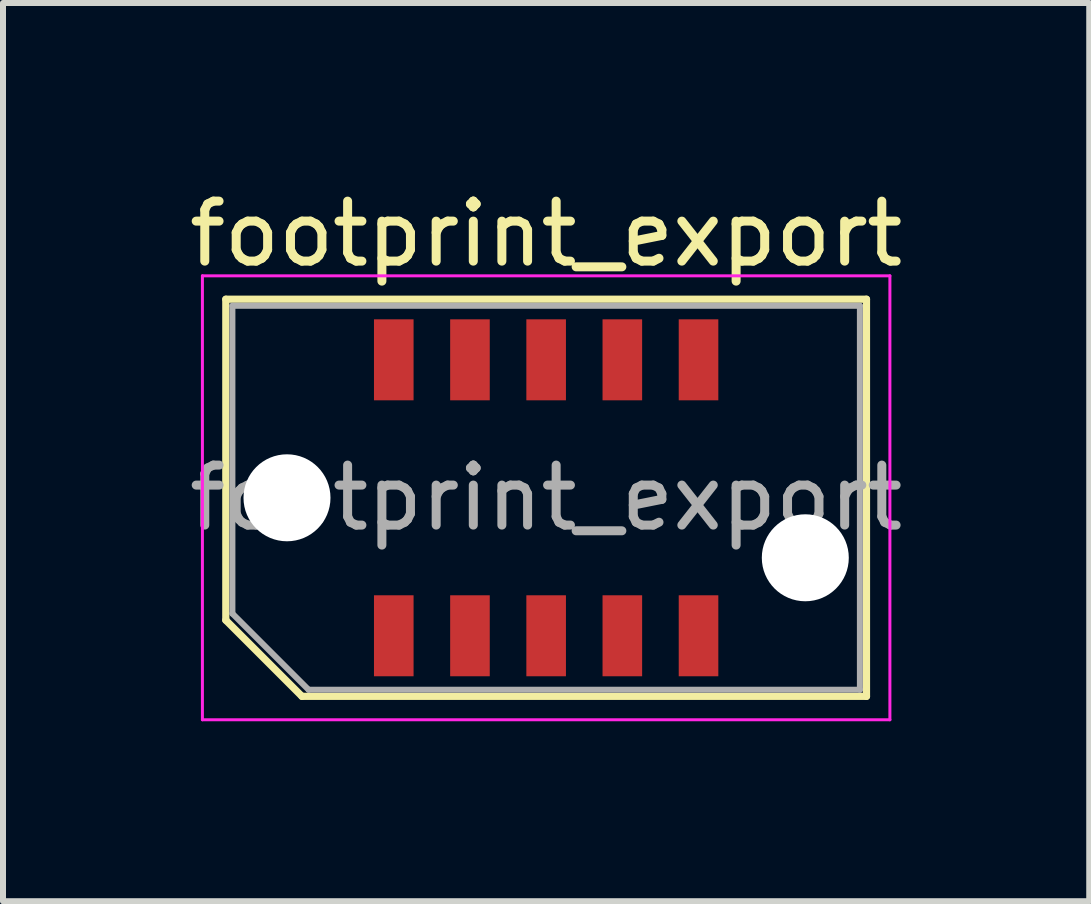
<source format=kicad_pcb>
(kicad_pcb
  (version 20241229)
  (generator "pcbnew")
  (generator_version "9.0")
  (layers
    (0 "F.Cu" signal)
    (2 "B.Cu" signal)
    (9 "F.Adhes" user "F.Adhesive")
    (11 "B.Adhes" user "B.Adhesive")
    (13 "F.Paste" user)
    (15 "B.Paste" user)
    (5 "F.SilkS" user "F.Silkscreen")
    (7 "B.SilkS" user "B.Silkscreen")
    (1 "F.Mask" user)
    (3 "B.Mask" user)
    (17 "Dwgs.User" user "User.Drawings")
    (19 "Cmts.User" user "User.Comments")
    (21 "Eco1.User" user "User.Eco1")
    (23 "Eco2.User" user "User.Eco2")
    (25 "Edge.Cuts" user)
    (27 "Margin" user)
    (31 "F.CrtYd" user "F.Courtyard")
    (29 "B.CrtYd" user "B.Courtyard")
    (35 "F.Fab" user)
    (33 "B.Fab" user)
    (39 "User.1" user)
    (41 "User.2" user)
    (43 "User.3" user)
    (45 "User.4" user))
  (footprint "footprint_export"
    (layer "F.Cu")
    (at 6.054 5.248)
    (property "Reference" "footprint_export" (at 0 -4.4 0) (layer "F.SilkS") (effects (font (size 1 1) (thickness 0.15))))
    (attr smd)
    (fp_line (start -5.34 -3.31) (end 5.34 -3.31) (stroke (width 0.12) (type solid)) (layer "F.SilkS"))
    (fp_line (start -5.34 2.04) (end -5.34 -3.31) (stroke (width 0.12) (type solid)) (layer "F.SilkS"))
    (fp_line (start -4.07 3.31) (end -5.34 2.04) (stroke (width 0.12) (type solid)) (layer "F.SilkS"))
    (fp_line (start -4.07 3.31) (end 5.34 3.31) (stroke (width 0.12) (type solid)) (layer "F.SilkS"))
    (fp_line (start 5.34 3.31) (end 5.34 -3.31) (stroke (width 0.12) (type solid)) (layer "F.SilkS"))
    (fp_line (start -5.73 -3.7) (end -5.73 3.7) (stroke (width 0.05) (type solid)) (layer "F.CrtYd"))
    (fp_line (start -5.73 3.7) (end 5.73 3.7) (stroke (width 0.05) (type solid)) (layer "F.CrtYd"))
    (fp_line (start 5.73 -3.7) (end -5.73 -3.7) (stroke (width 0.05) (type solid)) (layer "F.CrtYd"))
    (fp_line (start 5.73 3.7) (end 5.73 -3.7) (stroke (width 0.05) (type solid)) (layer "F.CrtYd"))
    (fp_line (start -5.23 -3.2) (end 5.23 -3.2) (stroke (width 0.1) (type solid)) (layer "F.Fab"))
    (fp_line (start -5.23 1.93) (end -5.23 -3.2) (stroke (width 0.1) (type solid)) (layer "F.Fab"))
    (fp_line (start -5.23 1.93) (end -3.96 3.2) (stroke (width 0.1) (type solid)) (layer "F.Fab"))
    (fp_line (start -3.96 3.2) (end 5.23 3.2) (stroke (width 0.1) (type solid)) (layer "F.Fab"))
    (fp_line (start 5.23 3.2) (end 5.23 -3.2) (stroke (width 0.1) (type solid)) (layer "F.Fab"))
    (fp_text user "${REFERENCE}" (at 0 0 0) (layer "F.Fab") (effects (font (size 1 1) (thickness 0.15))))
    (pad "" np_thru_hole circle (at -4.32 0) (size 1.45 1.45) (drill 1.45) (layers "*.Cu" "*.Mask"))
    (pad "" np_thru_hole circle (at 4.32 1) (size 1.45 1.45) (drill 1.45) (layers "*.Cu" "*.Mask"))
    (pad "1" smd rect (at -2.54 2.3) (size 0.66 1.35) (layers "F.Cu" "F.Mask" "F.Paste"))
    (pad "2" smd rect (at -2.54 -2.3) (size 0.66 1.35) (layers "F.Cu" "F.Mask" "F.Paste"))
    (pad "3" smd rect (at -1.27 2.3) (size 0.66 1.35) (layers "F.Cu" "F.Mask" "F.Paste"))
    (pad "4" smd rect (at -1.27 -2.3) (size 0.66 1.35) (layers "F.Cu" "F.Mask" "F.Paste"))
    (pad "5" smd rect (at 0 2.3) (size 0.66 1.35) (layers "F.Cu" "F.Mask" "F.Paste"))
    (pad "6" smd rect (at 0 -2.3) (size 0.66 1.35) (layers "F.Cu" "F.Mask" "F.Paste"))
    (pad "7" smd rect (at 1.27 2.3) (size 0.66 1.35) (layers "F.Cu" "F.Mask" "F.Paste"))
    (pad "8" smd rect (at 1.27 -2.3) (size 0.66 1.35) (layers "F.Cu" "F.Mask" "F.Paste"))
    (pad "9" smd rect (at 2.54 2.3) (size 0.66 1.35) (layers "F.Cu" "F.Mask" "F.Paste"))
    (pad "10" smd rect (at 2.54 -2.3) (size 0.66 1.35) (layers "F.Cu" "F.Mask" "F.Paste")))
  (gr_rect
    (start -3 -3)
    (end 15.107 11.973)
    (stroke (width 0.1) (type default))
    (fill no)
    (layer "Edge.Cuts")))
</source>
